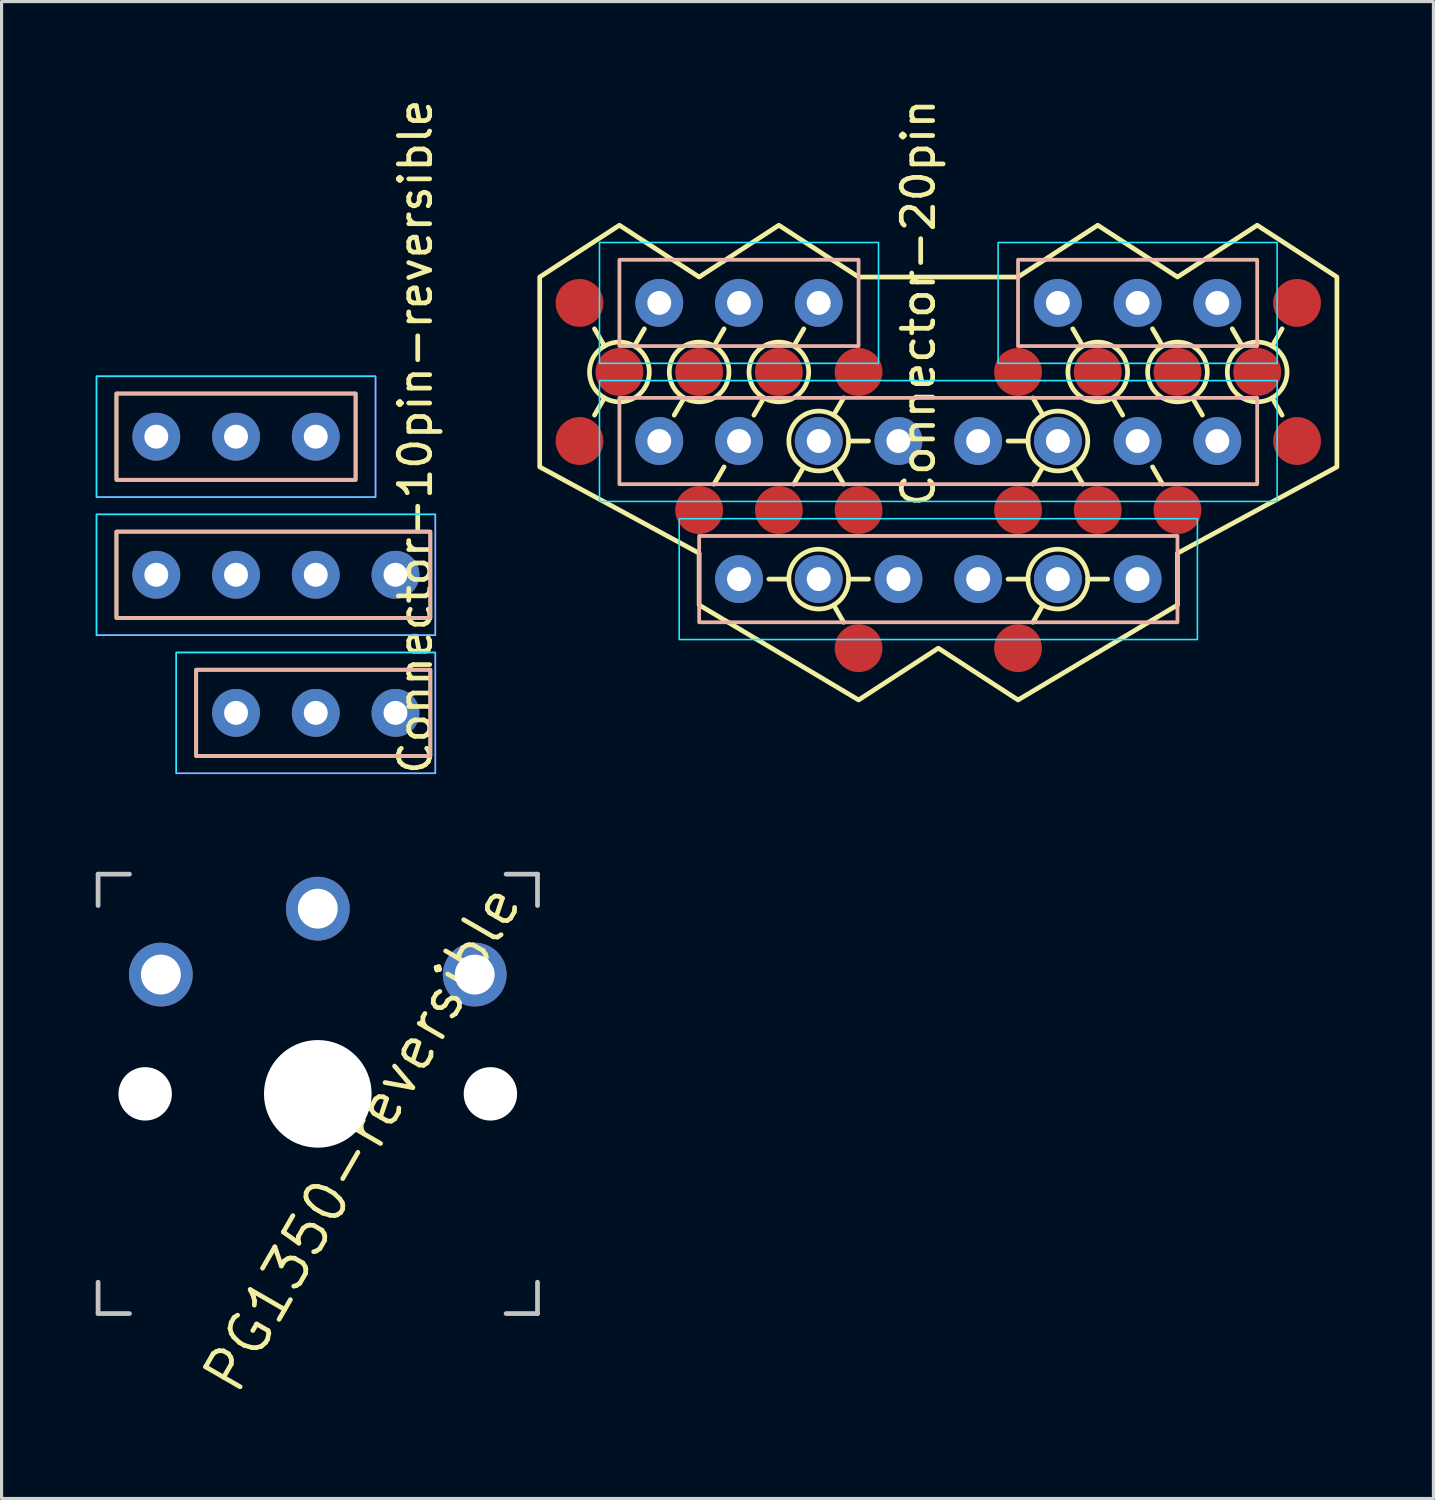
<source format=kicad_pcb>
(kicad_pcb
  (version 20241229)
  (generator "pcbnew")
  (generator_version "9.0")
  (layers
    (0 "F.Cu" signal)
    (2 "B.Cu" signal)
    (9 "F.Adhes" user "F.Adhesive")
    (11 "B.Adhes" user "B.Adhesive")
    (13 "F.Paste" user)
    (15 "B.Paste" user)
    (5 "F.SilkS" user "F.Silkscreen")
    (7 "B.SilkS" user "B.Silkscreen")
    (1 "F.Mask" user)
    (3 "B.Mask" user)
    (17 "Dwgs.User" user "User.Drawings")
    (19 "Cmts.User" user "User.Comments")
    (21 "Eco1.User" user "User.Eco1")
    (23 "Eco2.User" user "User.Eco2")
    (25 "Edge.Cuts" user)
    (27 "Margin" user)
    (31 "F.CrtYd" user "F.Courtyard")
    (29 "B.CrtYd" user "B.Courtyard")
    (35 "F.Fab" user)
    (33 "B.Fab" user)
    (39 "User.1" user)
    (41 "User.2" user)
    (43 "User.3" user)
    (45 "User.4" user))
  (footprint "Connector-20pin"
    (layer "F.Cu")
    (at 26.845 11.001)
    (property "Reference" "Connector-20pin" (at -0.635 -4.4 270) (layer "F.SilkS") (effects (font (size 1 1) (thickness 0.15))))
    (attr through_hole)
    (fp_line (start -10.954 -3.575) (end -10.636 -3.025) (stroke (width 0.15) (type solid)) (layer "F.SilkS"))
    (fp_line (start -10.636 -1.375) (end -10.954 -0.825) (stroke (width 0.15) (type solid)) (layer "F.SilkS"))
    (fp_line (start -9.684 -3.025) (end -9.366 -3.575) (stroke (width 0.15) (type solid)) (layer "F.SilkS"))
    (fp_line (start -8.414 -0.825) (end -8.096 -1.375) (stroke (width 0.15) (type solid)) (layer "F.SilkS"))
    (fp_line (start -7.144 -3.025) (end -6.826 -3.575) (stroke (width 0.15) (type solid)) (layer "F.SilkS"))
    (fp_line (start -7.144 1.375) (end -6.826 0.825) (stroke (width 0.15) (type solid)) (layer "F.SilkS"))
    (fp_line (start -5.874 -0.825) (end -5.556 -1.375) (stroke (width 0.15) (type solid)) (layer "F.SilkS"))
    (fp_line (start -4.763 4.4) (end -5.397 4.4) (stroke (width 0.15) (type solid)) (layer "F.SilkS"))
    (fp_line (start -4.604 -3.025) (end -4.286 -3.575) (stroke (width 0.15) (type solid)) (layer "F.SilkS"))
    (fp_line (start -4.604 1.375) (end -4.286 0.825) (stroke (width 0.15) (type solid)) (layer "F.SilkS"))
    (fp_line (start -3.334 -0.825) (end -3.016 -1.375) (stroke (width 0.15) (type solid)) (layer "F.SilkS"))
    (fp_line (start -3.334 0.825) (end -3.016 1.375) (stroke (width 0.15) (type solid)) (layer "F.SilkS"))
    (fp_line (start -3.334 5.225) (end -3.016 5.775) (stroke (width 0.15) (type solid)) (layer "F.SilkS"))
    (fp_line (start -2.857 0) (end -2.223 0) (stroke (width 0.15) (type solid)) (layer "F.SilkS"))
    (fp_line (start -2.857 4.4) (end -2.223 4.4) (stroke (width 0.15) (type solid)) (layer "F.SilkS"))
    (fp_line (start 2.223 0) (end 2.857 0) (stroke (width 0.15) (type solid)) (layer "F.SilkS"))
    (fp_line (start 2.223 4.4) (end 2.857 4.4) (stroke (width 0.15) (type solid)) (layer "F.SilkS"))
    (fp_line (start 3.016 -1.375) (end 3.334 -0.825) (stroke (width 0.15) (type solid)) (layer "F.SilkS"))
    (fp_line (start 3.016 1.375) (end 3.334 0.825) (stroke (width 0.15) (type solid)) (layer "F.SilkS"))
    (fp_line (start 3.016 5.775) (end 3.334 5.225) (stroke (width 0.15) (type solid)) (layer "F.SilkS"))
    (fp_line (start 4.286 -3.575) (end 4.604 -3.025) (stroke (width 0.15) (type solid)) (layer "F.SilkS"))
    (fp_line (start 4.286 0.825) (end 4.604 1.375) (stroke (width 0.15) (type solid)) (layer "F.SilkS"))
    (fp_line (start 4.763 4.4) (end 5.397 4.4) (stroke (width 0.15) (type solid)) (layer "F.SilkS"))
    (fp_line (start 5.556 -1.375) (end 5.874 -0.825) (stroke (width 0.15) (type solid)) (layer "F.SilkS"))
    (fp_line (start 6.826 -3.575) (end 7.144 -3.025) (stroke (width 0.15) (type solid)) (layer "F.SilkS"))
    (fp_line (start 6.826 0.825) (end 7.144 1.375) (stroke (width 0.15) (type solid)) (layer "F.SilkS"))
    (fp_line (start 8.096 -1.375) (end 8.414 -0.825) (stroke (width 0.15) (type solid)) (layer "F.SilkS"))
    (fp_line (start 9.366 -3.575) (end 9.684 -3.025) (stroke (width 0.15) (type solid)) (layer "F.SilkS"))
    (fp_line (start 10.636 -3.025) (end 10.954 -3.575) (stroke (width 0.15) (type solid)) (layer "F.SilkS"))
    (fp_line (start 10.636 -1.375) (end 10.954 -0.825) (stroke (width 0.15) (type solid)) (layer "F.SilkS"))
    (fp_circle (center -10.16 -2.2) (end -9.207 -2.2) (stroke (width 0.15) (type solid)) (fill no) (layer "F.SilkS"))
    (fp_circle (center -7.62 -2.2) (end -6.668 -2.2) (stroke (width 0.15) (type solid)) (fill no) (layer "F.SilkS"))
    (fp_circle (center -5.08 -2.2) (end -4.128 -2.2) (stroke (width 0.15) (type solid)) (fill no) (layer "F.SilkS"))
    (fp_circle (center -3.81 0) (end -2.857 0) (stroke (width 0.15) (type solid)) (fill no) (layer "F.SilkS"))
    (fp_circle (center -3.81 4.4) (end -2.857 4.4) (stroke (width 0.15) (type solid)) (fill no) (layer "F.SilkS"))
    (fp_circle (center 3.81 0) (end 4.763 0) (stroke (width 0.15) (type solid)) (fill no) (layer "F.SilkS"))
    (fp_circle (center 3.81 4.4) (end 4.763 4.4) (stroke (width 0.15) (type solid)) (fill no) (layer "F.SilkS"))
    (fp_circle (center 5.08 -2.2) (end 6.032 -2.2) (stroke (width 0.15) (type solid)) (fill no) (layer "F.SilkS"))
    (fp_circle (center 7.62 -2.2) (end 8.572 -2.2) (stroke (width 0.15) (type solid)) (fill no) (layer "F.SilkS"))
    (fp_circle (center 10.16 -2.2) (end 11.113 -2.2) (stroke (width 0.15) (type solid)) (fill no) (layer "F.SilkS"))
    (fp_poly (pts (xy 12.7 -5.225) (xy 12.7 0.825) (xy 7.62 3.575) (xy 7.62 5.225) (xy 2.54 8.25) (xy 0 6.6) (xy -2.54 8.25) (xy -7.62 5.225) (xy -7.62 3.575) (xy -12.7 0.825) (xy -12.7 -5.225) (xy -10.16 -6.875) (xy -7.62 -5.225) (xy -5.08 -6.875) (xy -2.54 -5.225) (xy 2.54 -5.225) (xy 5.08 -6.875) (xy 7.62 -5.225) (xy 10.16 -6.875)) (stroke (width 0.15) (type solid)) (fill no) (layer "F.SilkS"))
    (fp_rect (start -10.16 -5.775) (end -2.54 -3.025) (stroke (width 0.12) (type solid)) (fill no) (layer "B.SilkS"))
    (fp_rect (start -10.16 -1.375) (end 10.16 1.375) (stroke (width 0.12) (type solid)) (fill no) (layer "B.SilkS"))
    (fp_rect (start -7.62 3.025) (end 7.62 5.775) (stroke (width 0.12) (type solid)) (fill no) (layer "B.SilkS"))
    (fp_rect (start 2.54 -5.775) (end 10.16 -3.025) (stroke (width 0.12) (type solid)) (fill no) (layer "B.SilkS"))
    (fp_rect (start -10.795 -6.325) (end -1.905 -2.475) (stroke (width 0.05) (type solid)) (fill no) (layer "B.CrtYd"))
    (fp_rect (start -10.795 -1.925) (end 10.795 1.925) (stroke (width 0.05) (type solid)) (fill no) (layer "B.CrtYd"))
    (fp_rect (start -8.255 2.475) (end 8.255 6.325) (stroke (width 0.05) (type solid)) (fill no) (layer "B.CrtYd"))
    (fp_rect (start 1.905 -6.325) (end 10.795 -2.475) (stroke (width 0.05) (type solid)) (fill no) (layer "B.CrtYd"))
    (pad "4" thru_hole circle (at 6.35 4.4) (size 1.524 1.524) (drill 0.762) (layers "*.Cu" "*.Mask"))
    (pad "5" thru_hole circle (at 8.89 0) (size 1.524 1.524) (drill 0.762) (layers "*.Cu" "*.Mask"))
    (pad "6" thru_hole circle (at 6.35 0) (size 1.524 1.524) (drill 0.762) (layers "*.Cu" "*.Mask"))
    (pad "7" thru_hole circle (at 3.81 -4.4) (size 1.524 1.524) (drill 0.762) (layers "*.Cu" "*.Mask"))
    (pad "8" thru_hole circle (at 6.35 -4.4) (size 1.524 1.524) (drill 0.762) (layers "*.Cu" "*.Mask"))
    (pad "9" thru_hole circle (at 8.89 -4.4) (size 1.524 1.524) (drill 0.762) (layers "*.Cu" "*.Mask"))
    (pad "10" thru_hole circle (at 3.81 0) (size 1.524 1.524) (drill 0.762) (layers "*.Cu" "*.Mask"))
    (pad "11" thru_hole circle (at 1.27 0) (size 1.524 1.524) (drill 0.762) (layers "*.Cu" "*.Mask"))
    (pad "12" thru_hole circle (at 3.81 4.4) (size 1.524 1.524) (drill 0.762) (layers "*.Cu" "*.Mask"))
    (pad "13" thru_hole circle (at -8.89 0) (size 1.524 1.524) (drill 0.762) (layers "*.Cu" "*.Mask"))
    (pad "14" thru_hole circle (at -6.35 0) (size 1.524 1.524) (drill 0.762) (layers "*.Cu" "*.Mask"))
    (pad "17" thru_hole circle (at -3.81 0) (size 1.524 1.524) (drill 0.762) (layers "*.Cu" "*.Mask"))
    (pad "18" thru_hole circle (at -1.27 0) (size 1.524 1.524) (drill 0.762) (layers "*.Cu" "*.Mask"))
    (pad "19" thru_hole circle (at -3.81 -4.4) (size 1.524 1.524) (drill 0.762) (layers "*.Cu" "*.Mask"))
    (pad "20" thru_hole circle (at -6.35 -4.4) (size 1.524 1.524) (drill 0.762) (layers "*.Cu" "*.Mask"))
    (pad "21" thru_hole circle (at -8.89 -4.4) (size 1.524 1.524) (drill 0.762) (layers "*.Cu" "*.Mask"))
    (pad "22" thru_hole circle (at -6.35 4.4) (size 1.524 1.524) (drill 0.762) (layers "*.Cu" "*.Mask"))
    (pad "23" thru_hole circle (at -3.81 4.4) (size 1.524 1.524) (drill 0.762) (layers "*.Cu" "*.Mask"))
    (pad "24" thru_hole circle (at -1.27 4.4) (size 1.524 1.524) (drill 0.762) (layers "*.Cu" "*.Mask"))
    (pad "25" smd circle (at -11.43 -4.4) (size 1.524 1.524) (layers "F.Cu" "F.Mask" "F.Paste"))
    (pad "25" smd circle (at -11.43 0) (size 1.524 1.524) (layers "F.Cu" "F.Mask" "F.Paste"))
    (pad "25" smd circle (at -10.16 -2.2) (size 1.524 1.524) (layers "F.Cu" "F.Mask" "F.Paste"))
    (pad "25" smd circle (at -7.62 -2.2) (size 1.524 1.524) (layers "F.Cu" "F.Mask" "F.Paste"))
    (pad "25" smd circle (at -7.62 2.2) (size 1.524 1.524) (layers "F.Cu" "F.Mask" "F.Paste"))
    (pad "25" smd circle (at -5.08 -2.2) (size 1.524 1.524) (layers "F.Cu" "F.Mask" "F.Paste"))
    (pad "25" smd circle (at -5.08 2.2) (size 1.524 1.524) (layers "F.Cu" "F.Mask" "F.Paste"))
    (pad "25" smd circle (at -2.54 -2.2) (size 1.524 1.524) (layers "F.Cu" "F.Mask" "F.Paste"))
    (pad "25" smd circle (at -2.54 2.2) (size 1.524 1.524) (layers "F.Cu" "F.Mask" "F.Paste"))
    (pad "25" smd circle (at -2.54 6.6) (size 1.524 1.524) (layers "F.Cu" "F.Mask" "F.Paste"))
    (pad "25" thru_hole circle (at 1.27 4.4) (size 1.524 1.524) (drill 0.762) (layers "*.Cu" "*.Mask"))
    (pad "25" smd circle (at 2.54 -2.2) (size 1.524 1.524) (layers "F.Cu" "F.Mask" "F.Paste"))
    (pad "25" smd circle (at 2.54 2.2) (size 1.524 1.524) (layers "F.Cu" "F.Mask" "F.Paste"))
    (pad "25" smd circle (at 2.54 6.6) (size 1.524 1.524) (layers "F.Cu" "F.Mask" "F.Paste"))
    (pad "25" smd circle (at 5.08 -2.2) (size 1.524 1.524) (layers "F.Cu" "F.Mask" "F.Paste"))
    (pad "25" smd circle (at 5.08 2.2) (size 1.524 1.524) (layers "F.Cu" "F.Mask" "F.Paste"))
    (pad "25" smd circle (at 7.62 -2.2) (size 1.524 1.524) (layers "F.Cu" "F.Mask" "F.Paste"))
    (pad "25" smd circle (at 7.62 2.2) (size 1.524 1.524) (layers "F.Cu" "F.Mask" "F.Paste"))
    (pad "25" smd circle (at 10.16 -2.2) (size 1.524 1.524) (layers "F.Cu" "F.Mask" "F.Paste"))
    (pad "25" smd circle (at 11.43 -4.4) (size 1.524 1.524) (layers "F.Cu" "F.Mask" "F.Paste"))
    (pad "25" smd circle (at 11.43 0) (size 1.524 1.524) (layers "F.Cu" "F.Mask" "F.Paste")))
  (footprint "Connector-10pin-reversible"
    (layer "F.Cu")
    (at 10.82 15.263)
    (property "Reference" "Connector-10pin-reversible" (at -0.635 -4.4 270) (layer "F.SilkS") (effects (font (size 1 1) (thickness 0.15))))
    (attr through_hole)
    (fp_rect (start -10.16 -5.775) (end -2.54 -3.025) (stroke (width 0.12) (type solid)) (fill no) (layer "F.SilkS"))
    (fp_rect (start -10.16 -1.375) (end -0.159 1.375) (stroke (width 0.12) (type solid)) (fill no) (layer "F.SilkS"))
    (fp_rect (start -7.62 3.025) (end -0.159 5.775) (stroke (width 0.12) (type solid)) (fill no) (layer "F.SilkS"))
    (fp_rect (start -10.16 -5.775) (end -2.54 -3.025) (stroke (width 0.12) (type solid)) (fill no) (layer "B.SilkS"))
    (fp_rect (start -10.16 -1.375) (end -0.159 1.375) (stroke (width 0.12) (type solid)) (fill no) (layer "B.SilkS"))
    (fp_rect (start -7.62 3.025) (end -0.159 5.775) (stroke (width 0.12) (type solid)) (fill no) (layer "B.SilkS"))
    (fp_rect (start -10.795 -6.325) (end -1.905 -2.475) (stroke (width 0.05) (type solid)) (fill no) (layer "B.CrtYd"))
    (fp_rect (start -10.795 -1.925) (end 0 1.925) (stroke (width 0.05) (type solid)) (fill no) (layer "B.CrtYd"))
    (fp_rect (start -8.255 2.475) (end 0 6.325) (stroke (width 0.05) (type solid)) (fill no) (layer "B.CrtYd"))
    (fp_rect (start -10.795 -6.325) (end -1.905 -2.475) (stroke (width 0.05) (type solid)) (fill no) (layer "F.CrtYd"))
    (fp_rect (start -10.795 -1.925) (end 0 1.925) (stroke (width 0.05) (type solid)) (fill no) (layer "F.CrtYd"))
    (fp_rect (start -8.255 2.475) (end 0 6.325) (stroke (width 0.05) (type solid)) (fill no) (layer "F.CrtYd"))
    (pad "13" thru_hole circle (at -8.89 0) (size 1.524 1.524) (drill 0.762) (layers "*.Cu" "*.Mask"))
    (pad "14" thru_hole circle (at -6.35 0) (size 1.524 1.524) (drill 0.762) (layers "*.Cu" "*.Mask"))
    (pad "17" thru_hole circle (at -3.81 0) (size 1.524 1.524) (drill 0.762) (layers "*.Cu" "*.Mask"))
    (pad "18" thru_hole circle (at -1.27 0) (size 1.524 1.524) (drill 0.762) (layers "*.Cu" "*.Mask"))
    (pad "19" thru_hole circle (at -3.81 -4.4) (size 1.524 1.524) (drill 0.762) (layers "*.Cu" "*.Mask"))
    (pad "20" thru_hole circle (at -6.35 -4.4) (size 1.524 1.524) (drill 0.762) (layers "*.Cu" "*.Mask"))
    (pad "21" thru_hole circle (at -8.89 -4.4) (size 1.524 1.524) (drill 0.762) (layers "*.Cu" "*.Mask"))
    (pad "22" thru_hole circle (at -6.35 4.4) (size 1.524 1.524) (drill 0.762) (layers "*.Cu" "*.Mask"))
    (pad "23" thru_hole circle (at -3.81 4.4) (size 1.524 1.524) (drill 0.762) (layers "*.Cu" "*.Mask"))
    (pad "24" thru_hole circle (at -1.27 4.4) (size 1.524 1.524) (drill 0.762) (layers "*.Cu" "*.Mask")))
  (footprint "PG1350-reversible"
    (layer "F.Cu")
    (at 7.075 31.801)
    (property "Reference" "PG1350-reversible" (at 1.422 1.422 240) (layer "F.SilkS") (effects (font (size 1.27 1.27) (thickness 0.15))))
    (attr through_hole)
    (fp_line (start -7 -6) (end -7 -7) (stroke (width 0.15) (type solid)) (layer "Dwgs.User"))
    (fp_line (start -7 7) (end -7 6) (stroke (width 0.15) (type solid)) (layer "Dwgs.User"))
    (fp_line (start -7 7) (end -6 7) (stroke (width 0.15) (type solid)) (layer "Dwgs.User"))
    (fp_line (start -6 -7) (end -7 -7) (stroke (width 0.15) (type solid)) (layer "Dwgs.User"))
    (fp_line (start 6 7) (end 7 7) (stroke (width 0.15) (type solid)) (layer "Dwgs.User"))
    (fp_line (start 7 -7) (end 6 -7) (stroke (width 0.15) (type solid)) (layer "Dwgs.User"))
    (fp_line (start 7 -7) (end 7 -6) (stroke (width 0.15) (type solid)) (layer "Dwgs.User"))
    (fp_line (start 7 6) (end 7 7) (stroke (width 0.15) (type solid)) (layer "Dwgs.User"))
    (pad "" np_thru_hole circle (at -5.5 0 240) (size 1.702 1.702) (drill 1.702) (layers "*.Cu" "*.Mask"))
    (pad "" np_thru_hole circle (at 0 0 240) (size 3.429 3.429) (drill 3.429) (layers "*.Cu" "*.Mask"))
    (pad "" np_thru_hole circle (at 5.5 0 240) (size 1.702 1.702) (drill 1.702) (layers "*.Cu" "*.Mask"))
    (pad "1" thru_hole circle (at -5 -3.8 240) (size 2.032 2.032) (drill 1.27) (layers "*.Cu" "*.Mask"))
    (pad "1" thru_hole circle (at 5 -3.8 240) (size 2.032 2.032) (drill 1.27) (layers "*.Cu" "*.Mask"))
    (pad "2" thru_hole circle (at 0 -5.9 240) (size 2.032 2.032) (drill 1.27) (layers "*.Cu" "*.Mask")))
  (gr_rect
    (start -3 -3)
    (end 42.62 44.694)
    (stroke (width 0.1) (type default))
    (fill no)
    (layer "Edge.Cuts")))
</source>
